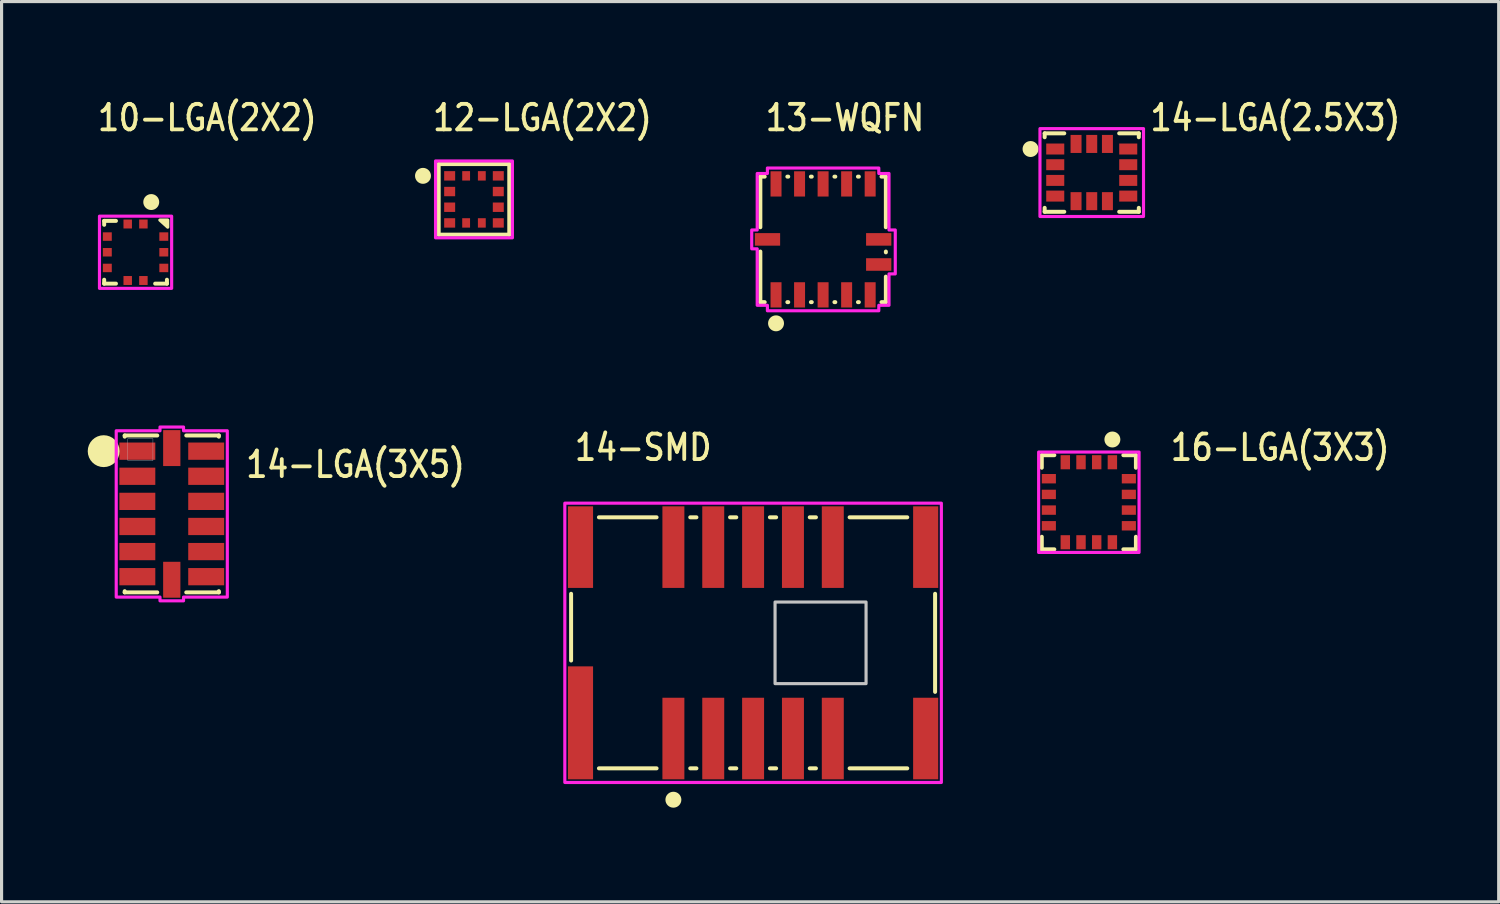
<source format=kicad_pcb>
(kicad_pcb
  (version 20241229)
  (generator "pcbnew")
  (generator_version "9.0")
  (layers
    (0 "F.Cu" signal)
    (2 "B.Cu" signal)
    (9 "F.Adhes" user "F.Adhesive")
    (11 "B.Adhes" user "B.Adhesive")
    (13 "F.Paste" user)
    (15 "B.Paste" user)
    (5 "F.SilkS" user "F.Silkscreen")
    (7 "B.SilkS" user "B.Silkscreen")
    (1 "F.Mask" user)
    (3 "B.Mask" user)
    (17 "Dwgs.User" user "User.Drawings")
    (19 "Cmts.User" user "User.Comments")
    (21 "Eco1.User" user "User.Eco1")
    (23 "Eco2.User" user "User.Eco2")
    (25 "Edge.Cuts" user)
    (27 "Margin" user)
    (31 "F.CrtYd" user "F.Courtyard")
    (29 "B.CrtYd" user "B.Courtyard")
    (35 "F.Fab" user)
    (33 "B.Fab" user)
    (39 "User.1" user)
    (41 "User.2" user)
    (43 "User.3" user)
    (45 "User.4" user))
  (footprint "16-LGA(3X3)"
    (layer "F.Cu")
    (at 31.65 12.956)
    (property "Reference" "16-LGA(3X3)" (at 2.54 -1.27 0) (unlocked yes) (layer "F.SilkS") (effects (font (size 0.813 0.695) (thickness 0.122)) (justify left bottom)))
    (fp_line (start -1.5 -1.5) (end -1.1 -1.5) (stroke (width 0.127) (type solid)) (layer "F.SilkS"))
    (fp_line (start -1.5 -1.1) (end -1.5 -1.5) (stroke (width 0.127) (type solid)) (layer "F.SilkS"))
    (fp_line (start -1.5 1.5) (end -1.5 1.1) (stroke (width 0.127) (type solid)) (layer "F.SilkS"))
    (fp_line (start -1.1 1.5) (end -1.5 1.5) (stroke (width 0.127) (type solid)) (layer "F.SilkS"))
    (fp_line (start 1.1 -1.5) (end 1.5 -1.5) (stroke (width 0.127) (type solid)) (layer "F.SilkS"))
    (fp_line (start 1.5 -1.5) (end 1.5 -1.1) (stroke (width 0.127) (type solid)) (layer "F.SilkS"))
    (fp_line (start 1.5 1.1) (end 1.5 1.5) (stroke (width 0.127) (type solid)) (layer "F.SilkS"))
    (fp_line (start 1.5 1.5) (end 1.1 1.5) (stroke (width 0.127) (type solid)) (layer "F.SilkS"))
    (fp_circle (center 0.75 -2) (end 1.004 -2) (stroke (width 0) (type solid)) (fill yes) (layer "F.SilkS"))
    (fp_poly (pts (xy -1.6 -1.6) (xy 1.6 -1.6) (xy 1.6 1.6) (xy -1.6 1.6)) (stroke (width 0.1) (type solid)) (fill no) (layer "F.CrtYd"))
    (pad "1" smd rect (at 0.75 -1.275) (size 0.3 0.45) (layers "F.Cu" "F.Mask" "F.Paste"))
    (pad "2" smd rect (at 0.25 -1.275) (size 0.3 0.45) (layers "F.Cu" "F.Mask" "F.Paste"))
    (pad "3" smd rect (at -0.25 -1.275) (size 0.3 0.45) (layers "F.Cu" "F.Mask" "F.Paste"))
    (pad "4" smd rect (at -0.75 -1.275) (size 0.3 0.45) (layers "F.Cu" "F.Mask" "F.Paste"))
    (pad "5" smd rect (at -1.275 -0.75) (size 0.45 0.3) (layers "F.Cu" "F.Mask" "F.Paste"))
    (pad "6" smd rect (at -1.275 -0.25) (size 0.45 0.3) (layers "F.Cu" "F.Mask" "F.Paste"))
    (pad "7" smd rect (at -1.275 0.25) (size 0.45 0.3) (layers "F.Cu" "F.Mask" "F.Paste"))
    (pad "8" smd rect (at -1.275 0.75) (size 0.45 0.3) (layers "F.Cu" "F.Mask" "F.Paste"))
    (pad "9" smd rect (at -0.75 1.275) (size 0.3 0.45) (layers "F.Cu" "F.Mask" "F.Paste"))
    (pad "10" smd rect (at 0.75 1.275) (size 0.3 0.45) (layers "F.Cu" "F.Mask" "F.Paste"))
    (pad "11" smd rect (at -0.25 1.275) (size 0.3 0.45) (layers "F.Cu" "F.Mask" "F.Paste"))
    (pad "12" smd rect (at 0.25 1.275) (size 0.3 0.45) (layers "F.Cu" "F.Mask" "F.Paste"))
    (pad "13" smd rect (at 1.275 0.75) (size 0.45 0.3) (layers "F.Cu" "F.Mask" "F.Paste"))
    (pad "14" smd rect (at 1.275 0.25) (size 0.45 0.3) (layers "F.Cu" "F.Mask" "F.Paste"))
    (pad "15" smd rect (at 1.275 -0.25) (size 0.45 0.3) (layers "F.Cu" "F.Mask" "F.Paste"))
    (pad "16" smd rect (at 1.275 -0.75) (size 0.45 0.3) (layers "F.Cu" "F.Mask" "F.Paste")))
  (footprint "10-LGA(2X2)"
    (layer "F.Cu")
    (at 1.27 4.989)
    (property "Reference" "10-LGA(2X2)" (at -1.27 -3.81 0) (unlocked yes) (layer "F.SilkS") (effects (font (size 0.813 0.695) (thickness 0.122)) (justify left bottom)))
    (fp_line (start -1 -1) (end -1 -0.875) (stroke (width 0.127) (type solid)) (layer "F.SilkS"))
    (fp_line (start -1 0.875) (end -1 1) (stroke (width 0.127) (type solid)) (layer "F.SilkS"))
    (fp_line (start -1 1) (end -0.625 1) (stroke (width 0.127) (type solid)) (layer "F.SilkS"))
    (fp_line (start -0.625 -1) (end -1 -1) (stroke (width 0.127) (type solid)) (layer "F.SilkS"))
    (fp_line (start 0.625 1) (end 1 1) (stroke (width 0.127) (type solid)) (layer "F.SilkS"))
    (fp_line (start 1 1) (end 1 0.875) (stroke (width 0.127) (type solid)) (layer "F.SilkS"))
    (fp_circle (center 0.5 -1.6) (end 0.754 -1.6) (stroke (width 0) (type solid)) (fill yes) (layer "F.SilkS"))
    (fp_poly (pts (xy 0.775 -1.025) (xy 1.025 -1.025) (xy 1.025 -0.8)) (stroke (width 0.102) (type solid)) (fill yes) (layer "F.SilkS"))
    (fp_poly (pts (xy -1.15 -1.15) (xy 1.15 -1.15) (xy 1.15 1.15) (xy -1.15 1.15)) (stroke (width 0.1) (type solid)) (fill no) (layer "F.CrtYd"))
    (pad "1" smd rect (at 0.25 -0.9) (size 0.27 0.285) (layers "F.Cu" "F.Mask" "F.Paste"))
    (pad "2" smd rect (at -0.25 -0.9) (size 0.27 0.285) (layers "F.Cu" "F.Mask" "F.Paste"))
    (pad "3" smd rect (at -0.9 -0.5) (size 0.285 0.27) (layers "F.Cu" "F.Mask" "F.Paste"))
    (pad "4" smd rect (at -0.9 0) (size 0.285 0.27) (layers "F.Cu" "F.Mask" "F.Paste"))
    (pad "5" smd rect (at -0.9 0.5) (size 0.285 0.27) (layers "F.Cu" "F.Mask" "F.Paste"))
    (pad "6" smd rect (at -0.25 0.9) (size 0.27 0.285) (layers "F.Cu" "F.Mask" "F.Paste"))
    (pad "7" smd rect (at 0.25 0.9) (size 0.27 0.285) (layers "F.Cu" "F.Mask" "F.Paste"))
    (pad "8" smd rect (at 0.9 0.5) (size 0.285 0.27) (layers "F.Cu" "F.Mask" "F.Paste"))
    (pad "9" smd rect (at 0.9 0) (size 0.285 0.27) (layers "F.Cu" "F.Mask" "F.Paste"))
    (pad "10" smd rect (at 0.9 -0.5) (size 0.285 0.27) (layers "F.Cu" "F.Mask" "F.Paste")))
  (footprint "14-SMD"
    (layer "F.Cu")
    (at 20.95 17.436)
    (property "Reference" "14-SMD" (at -5.75 -5.75 0) (unlocked yes) (layer "F.SilkS") (effects (font (size 0.813 0.695) (thickness 0.122)) (justify left bottom)))
    (fp_line (start -5.8 -1.563) (end -5.8 0.564) (stroke (width 0.127) (type solid)) (layer "F.SilkS"))
    (fp_line (start -4.913 4) (end -3.076 4) (stroke (width 0.127) (type solid)) (layer "F.SilkS"))
    (fp_line (start -3.076 -4) (end -4.913 -4) (stroke (width 0.127) (type solid)) (layer "F.SilkS"))
    (fp_line (start -2.003 4) (end -1.806 4) (stroke (width 0.127) (type solid)) (layer "F.SilkS"))
    (fp_line (start -1.806 -4) (end -2.003 -4) (stroke (width 0.127) (type solid)) (layer "F.SilkS"))
    (fp_line (start -0.734 4) (end -0.536 4) (stroke (width 0.127) (type solid)) (layer "F.SilkS"))
    (fp_line (start -0.536 -4) (end -0.734 -4) (stroke (width 0.127) (type solid)) (layer "F.SilkS"))
    (fp_line (start 0.536 4) (end 0.734 4) (stroke (width 0.127) (type solid)) (layer "F.SilkS"))
    (fp_line (start 0.734 -4) (end 0.536 -4) (stroke (width 0.127) (type solid)) (layer "F.SilkS"))
    (fp_line (start 1.806 4) (end 2.003 4) (stroke (width 0.127) (type solid)) (layer "F.SilkS"))
    (fp_line (start 2.003 -4) (end 1.806 -4) (stroke (width 0.127) (type solid)) (layer "F.SilkS"))
    (fp_line (start 3.076 4) (end 4.913 4) (stroke (width 0.127) (type solid)) (layer "F.SilkS"))
    (fp_line (start 4.913 -4) (end 3.076 -4) (stroke (width 0.127) (type solid)) (layer "F.SilkS"))
    (fp_line (start 5.8 1.563) (end 5.8 -1.563) (stroke (width 0.127) (type solid)) (layer "F.SilkS"))
    (fp_circle (center -2.54 5) (end -2.286 5) (stroke (width 0) (type solid)) (fill yes) (layer "F.SilkS"))
    (fp_rect (start 0.7 1.3) (end 3.6 -1.3) (stroke (width 0.1) (type solid)) (fill no) (layer "Dwgs.User"))
    (fp_poly (pts (xy -6 -4.45) (xy 6 -4.45) (xy 6 4.45) (xy -6 4.45)) (stroke (width 0.1) (type solid)) (fill no) (layer "F.CrtYd"))
    (pad "1" smd rect (at -2.54 3.05) (size 0.7 2.6) (layers "F.Cu" "F.Mask" "F.Paste"))
    (pad "2" smd rect (at -1.27 3.05) (size 0.7 2.6) (layers "F.Cu" "F.Mask" "F.Paste"))
    (pad "3" smd rect (at 0 3.05) (size 0.7 2.6) (layers "F.Cu" "F.Mask" "F.Paste"))
    (pad "4" smd rect (at 1.27 3.05) (size 0.7 2.6) (layers "F.Cu" "F.Mask" "F.Paste"))
    (pad "5" smd rect (at 2.54 3.05) (size 0.7 2.6) (layers "F.Cu" "F.Mask" "F.Paste"))
    (pad "6" smd rect (at 2.54 -3.05) (size 0.7 2.6) (layers "F.Cu" "F.Mask" "F.Paste"))
    (pad "7" smd rect (at 1.27 -3.05) (size 0.7 2.6) (layers "F.Cu" "F.Mask" "F.Paste"))
    (pad "8" smd rect (at 0 -3.05) (size 0.7 2.6) (layers "F.Cu" "F.Mask" "F.Paste"))
    (pad "9" smd rect (at -1.27 -3.05) (size 0.7 2.6) (layers "F.Cu" "F.Mask" "F.Paste"))
    (pad "10" smd rect (at -2.54 -3.05) (size 0.7 2.6) (layers "F.Cu" "F.Mask" "F.Paste"))
    (pad "S_1" smd rect (at -5.5 2.55) (size 0.8 3.6) (layers "F.Cu" "F.Mask" "F.Paste"))
    (pad "S_2" smd rect (at 5.5 3.05) (size 0.8 2.6) (layers "F.Cu" "F.Mask" "F.Paste"))
    (pad "S_3" smd rect (at 5.5 -3.05) (size 0.8 2.6) (layers "F.Cu" "F.Mask" "F.Paste"))
    (pad "S_4" smd rect (at -5.5 -3.05) (size 0.8 2.6) (layers "F.Cu" "F.Mask" "F.Paste")))
  (footprint "12-LGA(2X2)"
    (layer "F.Cu")
    (at 12.055 3.304)
    (property "Reference" "12-LGA(2X2)" (at -1.375 -2.125 0) (unlocked yes) (layer "F.SilkS") (effects (font (size 0.813 0.695) (thickness 0.122)) (justify left bottom)))
    (fp_line (start -1.125 -1.125) (end 1.125 -1.125) (stroke (width 0.127) (type solid)) (layer "F.SilkS"))
    (fp_line (start -1.125 1.125) (end -1.125 -1.125) (stroke (width 0.127) (type solid)) (layer "F.SilkS"))
    (fp_line (start 1.125 -1.125) (end 1.125 1.125) (stroke (width 0.127) (type solid)) (layer "F.SilkS"))
    (fp_line (start 1.125 1.125) (end -1.125 1.125) (stroke (width 0.127) (type solid)) (layer "F.SilkS"))
    (fp_circle (center -1.625 -0.75) (end -1.371 -0.75) (stroke (width 0) (type solid)) (fill yes) (layer "F.SilkS"))
    (fp_poly (pts (xy -1.225 -1.225) (xy 1.225 -1.225) (xy 1.225 1.225) (xy -1.225 1.225)) (stroke (width 0.1) (type solid)) (fill no) (layer "F.CrtYd"))
    (pad "1" smd rect (at -0.775 -0.75) (size 0.35 0.3) (layers "F.Cu" "F.Mask" "F.Paste"))
    (pad "2" smd rect (at -0.775 -0.25) (size 0.35 0.3) (layers "F.Cu" "F.Mask" "F.Paste"))
    (pad "3" smd rect (at -0.775 0.25) (size 0.35 0.3) (layers "F.Cu" "F.Mask" "F.Paste"))
    (pad "4" smd rect (at -0.775 0.75) (size 0.35 0.3) (layers "F.Cu" "F.Mask" "F.Paste"))
    (pad "5" smd rect (at -0.25 0.75) (size 0.25 0.3) (layers "F.Cu" "F.Mask" "F.Paste"))
    (pad "6" smd rect (at 0.25 0.75) (size 0.25 0.3) (layers "F.Cu" "F.Mask" "F.Paste"))
    (pad "7" smd rect (at 0.775 0.75) (size 0.35 0.3) (layers "F.Cu" "F.Mask" "F.Paste"))
    (pad "8" smd rect (at 0.775 0.25) (size 0.35 0.3) (layers "F.Cu" "F.Mask" "F.Paste"))
    (pad "9" smd rect (at 0.775 -0.25) (size 0.35 0.3) (layers "F.Cu" "F.Mask" "F.Paste"))
    (pad "10" smd rect (at 0.775 -0.75) (size 0.35 0.3) (layers "F.Cu" "F.Mask" "F.Paste"))
    (pad "11" smd rect (at 0.25 -0.75) (size 0.25 0.3) (layers "F.Cu" "F.Mask" "F.Paste"))
    (pad "12" smd rect (at -0.25 -0.75) (size 0.25 0.3) (layers "F.Cu" "F.Mask" "F.Paste")))
  (footprint "14-LGA(3X5)"
    (layer "F.Cu")
    (at 2.424 13.328)
    (property "Reference" "14-LGA(3X5)" (at 2.3 -1.1 0) (unlocked yes) (layer "F.SilkS") (effects (font (size 0.813 0.695) (thickness 0.122)) (justify left bottom)))
    (fp_line (start -1.5 -2.5) (end -1.5 -2.462) (stroke (width 0.127) (type solid)) (layer "F.SilkS"))
    (fp_line (start -1.5 2.5) (end -1.5 2.462) (stroke (width 0.127) (type solid)) (layer "F.SilkS"))
    (fp_line (start -0.462 -2.5) (end -1.5 -2.5) (stroke (width 0.127) (type solid)) (layer "F.SilkS"))
    (fp_line (start -0.462 2.5) (end -1.5 2.5) (stroke (width 0.127) (type solid)) (layer "F.SilkS"))
    (fp_line (start 0.462 -2.5) (end 1.5 -2.5) (stroke (width 0.127) (type solid)) (layer "F.SilkS"))
    (fp_line (start 0.462 2.5) (end 1.5 2.5) (stroke (width 0.127) (type solid)) (layer "F.SilkS"))
    (fp_line (start 1.5 -2.5) (end 1.5 -2.462) (stroke (width 0.127) (type solid)) (layer "F.SilkS"))
    (fp_line (start 1.5 2.5) (end 1.5 2.462) (stroke (width 0.127) (type solid)) (layer "F.SilkS"))
    (fp_circle (center -2.17 -2) (end -2.17 -2) (stroke (width 0.508) (type solid)) (fill no) (layer "F.SilkS"))
    (fp_rect (start -1.4 -1.7) (end -0.6 -2.4) (stroke (width 0.01) (type solid)) (fill no) (layer "Dwgs.User"))
    (fp_poly (pts (xy -1.77 -2.65) (xy -0.375 -2.65) (xy -0.375 -2.77) (xy 0.375 -2.77) (xy 0.375 -2.65) (xy 1.77 -2.65) (xy 1.77 2.65) (xy 0.375 2.65) (xy 0.375 2.77) (xy -0.375 2.77) (xy -0.375 2.65) (xy -1.77 2.65)) (stroke (width 0.1) (type solid)) (fill no) (layer "F.CrtYd"))
    (pad "1" smd rect (at -1.097 -2) (size 1.145 0.55) (layers "F.Cu" "F.Mask" "F.Paste"))
    (pad "2" smd rect (at -1.097 -1.2) (size 1.145 0.55) (layers "F.Cu" "F.Mask" "F.Paste"))
    (pad "3" smd rect (at -1.097 -0.4) (size 1.145 0.55) (layers "F.Cu" "F.Mask" "F.Paste"))
    (pad "4" smd rect (at -1.097 0.4) (size 1.145 0.55) (layers "F.Cu" "F.Mask" "F.Paste"))
    (pad "5" smd rect (at -1.097 1.2) (size 1.145 0.55) (layers "F.Cu" "F.Mask" "F.Paste"))
    (pad "6" smd rect (at -1.097 2) (size 1.145 0.55) (layers "F.Cu" "F.Mask" "F.Paste"))
    (pad "7" smd rect (at 0 2.098) (size 0.55 1.145) (layers "F.Cu" "F.Mask" "F.Paste"))
    (pad "8" smd rect (at 1.097 2) (size 1.145 0.55) (layers "F.Cu" "F.Mask" "F.Paste"))
    (pad "9" smd rect (at 1.097 1.2) (size 1.145 0.55) (layers "F.Cu" "F.Mask" "F.Paste"))
    (pad "10" smd rect (at 1.097 0.4) (size 1.145 0.55) (layers "F.Cu" "F.Mask" "F.Paste"))
    (pad "11" smd rect (at 1.097 -0.4) (size 1.145 0.55) (layers "F.Cu" "F.Mask" "F.Paste"))
    (pad "12" smd rect (at 1.097 -1.2) (size 1.145 0.55) (layers "F.Cu" "F.Mask" "F.Paste"))
    (pad "13" smd rect (at 1.097 -2) (size 1.145 0.55) (layers "F.Cu" "F.Mask" "F.Paste"))
    (pad "14" smd rect (at 0 -2.098) (size 0.55 1.145) (layers "F.Cu" "F.Mask" "F.Paste")))
  (footprint "13-WQFN"
    (layer "F.Cu")
    (at 23.181 4.579)
    (property "Reference" "13-WQFN" (at -1.9 -3.4 0) (unlocked yes) (layer "F.SilkS") (effects (font (size 0.813 0.695) (thickness 0.122)) (justify left bottom)))
    (fp_line (start -2 -2) (end -1.861 -2) (stroke (width 0.127) (type solid)) (layer "F.SilkS"))
    (fp_line (start -2 -0.387) (end -2 -2) (stroke (width 0.127) (type solid)) (layer "F.SilkS"))
    (fp_line (start -2 2) (end -2 0.387) (stroke (width 0.127) (type solid)) (layer "F.SilkS"))
    (fp_line (start -1.861 2) (end -2 2) (stroke (width 0.127) (type solid)) (layer "F.SilkS"))
    (fp_line (start -1.139 -2) (end -1.111 -2) (stroke (width 0.127) (type solid)) (layer "F.SilkS"))
    (fp_line (start -1.111 2) (end -1.139 2) (stroke (width 0.127) (type solid)) (layer "F.SilkS"))
    (fp_line (start -0.389 -2) (end -0.361 -2) (stroke (width 0.127) (type solid)) (layer "F.SilkS"))
    (fp_line (start -0.361 2) (end -0.389 2) (stroke (width 0.127) (type solid)) (layer "F.SilkS"))
    (fp_line (start 0.361 -2) (end 0.389 -2) (stroke (width 0.127) (type solid)) (layer "F.SilkS"))
    (fp_line (start 0.389 2) (end 0.361 2) (stroke (width 0.127) (type solid)) (layer "F.SilkS"))
    (fp_line (start 1.111 -2) (end 1.139 -2) (stroke (width 0.127) (type solid)) (layer "F.SilkS"))
    (fp_line (start 1.139 2) (end 1.111 2) (stroke (width 0.127) (type solid)) (layer "F.SilkS"))
    (fp_line (start 1.861 -2) (end 2 -2) (stroke (width 0.127) (type solid)) (layer "F.SilkS"))
    (fp_line (start 2 -2) (end 2 -0.387) (stroke (width 0.127) (type solid)) (layer "F.SilkS"))
    (fp_line (start 2 0.387) (end 2 0.413) (stroke (width 0.127) (type solid)) (layer "F.SilkS"))
    (fp_line (start 2 1.187) (end 2 2) (stroke (width 0.127) (type solid)) (layer "F.SilkS"))
    (fp_line (start 2 2) (end 1.861 2) (stroke (width 0.127) (type solid)) (layer "F.SilkS"))
    (fp_circle (center -1.5 2.675) (end -1.246 2.675) (stroke (width 0) (type solid)) (fill yes) (layer "F.SilkS"))
    (fp_poly (pts (xy -2.275 -0.3) (xy -2.1 -0.3) (xy -2.1 -2.1) (xy -1.775 -2.1) (xy -1.775 -2.275) (xy 1.775 -2.275) (xy 1.775 -2.1) (xy 2.1 -2.1) (xy 2.1 -0.3) (xy 2.3 -0.3) (xy 2.3 1.1) (xy 2.1 1.1) (xy 2.1 2.1) (xy 1.775 2.1) (xy 1.775 2.275) (xy -1.775 2.275) (xy -1.775 2.1) (xy -2.1 2.1) (xy -2.1 0.3) (xy -2.275 0.3)) (stroke (width 0.1) (type solid)) (fill no) (layer "F.CrtYd"))
    (pad "1" smd rect (at -1.5 1.768) (size 0.35 0.805) (layers "F.Cu" "F.Mask" "F.Paste"))
    (pad "2" smd rect (at -0.75 1.768) (size 0.35 0.805) (layers "F.Cu" "F.Mask" "F.Paste"))
    (pad "3" smd rect (at 0 1.768) (size 0.35 0.805) (layers "F.Cu" "F.Mask" "F.Paste"))
    (pad "4" smd rect (at 0.75 1.768) (size 0.35 0.805) (layers "F.Cu" "F.Mask" "F.Paste"))
    (pad "5" smd rect (at 1.5 1.768) (size 0.35 0.805) (layers "F.Cu" "F.Mask" "F.Paste"))
    (pad "6" smd rect (at 1.772 0.8 90) (size 0.4 0.805) (layers "F.Cu" "F.Mask" "F.Paste"))
    (pad "7" smd rect (at 1.5 -1.768) (size 0.35 0.805) (layers "F.Cu" "F.Mask" "F.Paste"))
    (pad "8" smd rect (at 0.75 -1.768) (size 0.35 0.805) (layers "F.Cu" "F.Mask" "F.Paste"))
    (pad "9" smd rect (at 0 -1.768) (size 0.35 0.805) (layers "F.Cu" "F.Mask" "F.Paste"))
    (pad "10" smd rect (at -0.75 -1.768) (size 0.35 0.805) (layers "F.Cu" "F.Mask" "F.Paste"))
    (pad "11" smd rect (at -1.5 -1.768) (size 0.35 0.805) (layers "F.Cu" "F.Mask" "F.Paste"))
    (pad "12" smd rect (at -1.772 0 90) (size 0.4 0.805) (layers "F.Cu" "F.Mask" "F.Paste"))
    (pad "13" smd rect (at 1.772 0 90) (size 0.4 0.805) (layers "F.Cu" "F.Mask" "F.Paste")))
  (footprint "14-LGA(2.5X3)"
    (layer "F.Cu")
    (at 31.742 2.449)
    (property "Reference" "14-LGA(2.5X3)" (at 1.8 -1.27 0) (unlocked yes) (layer "F.SilkS") (effects (font (size 0.813 0.695) (thickness 0.122)) (justify left bottom)))
    (fp_line (start -1.5 -1.25) (end -1.5 -1.125) (stroke (width 0.127) (type solid)) (layer "F.SilkS"))
    (fp_line (start -1.5 -1.25) (end -0.875 -1.25) (stroke (width 0.127) (type solid)) (layer "F.SilkS"))
    (fp_line (start -1.5 1.25) (end -1.5 1.125) (stroke (width 0.127) (type solid)) (layer "F.SilkS"))
    (fp_line (start -0.875 1.25) (end -1.5 1.25) (stroke (width 0.127) (type solid)) (layer "F.SilkS"))
    (fp_line (start 0.875 -1.25) (end 1.5 -1.25) (stroke (width 0.127) (type solid)) (layer "F.SilkS"))
    (fp_line (start 1.5 -1.25) (end 1.5 -1.125) (stroke (width 0.127) (type solid)) (layer "F.SilkS"))
    (fp_line (start 1.5 1.125) (end 1.5 1.25) (stroke (width 0.127) (type solid)) (layer "F.SilkS"))
    (fp_line (start 1.5 1.25) (end 0.875 1.25) (stroke (width 0.127) (type solid)) (layer "F.SilkS"))
    (fp_circle (center -1.95 -0.75) (end -1.696 -0.75) (stroke (width 0) (type solid)) (fill yes) (layer "F.SilkS"))
    (fp_poly (pts (xy 1.65 -1.4) (xy -1.65 -1.4) (xy -1.65 1.4) (xy 1.65 1.4)) (stroke (width 0.1) (type solid)) (fill no) (layer "F.CrtYd"))
    (pad "1" smd rect (at -1.163 -0.75) (size 0.575 0.35) (layers "F.Cu" "F.Mask" "F.Paste"))
    (pad "2" smd rect (at -1.163 -0.25) (size 0.575 0.35) (layers "F.Cu" "F.Mask" "F.Paste"))
    (pad "3" smd rect (at -1.163 0.25) (size 0.575 0.35) (layers "F.Cu" "F.Mask" "F.Paste"))
    (pad "4" smd rect (at -1.163 0.75) (size 0.575 0.35) (layers "F.Cu" "F.Mask" "F.Paste"))
    (pad "5" smd rect (at -0.5 0.912) (size 0.35 0.575) (layers "F.Cu" "F.Mask" "F.Paste"))
    (pad "6" smd rect (at 0 0.912) (size 0.35 0.575) (layers "F.Cu" "F.Mask" "F.Paste"))
    (pad "7" smd rect (at 0.5 0.912) (size 0.35 0.575) (layers "F.Cu" "F.Mask" "F.Paste"))
    (pad "8" smd rect (at 1.163 0.75) (size 0.575 0.35) (layers "F.Cu" "F.Mask" "F.Paste"))
    (pad "9" smd rect (at 1.163 0.25) (size 0.575 0.35) (layers "F.Cu" "F.Mask" "F.Paste"))
    (pad "10" smd rect (at 1.163 -0.25) (size 0.575 0.35) (layers "F.Cu" "F.Mask" "F.Paste"))
    (pad "11" smd rect (at 1.163 -0.75) (size 0.575 0.35) (layers "F.Cu" "F.Mask" "F.Paste"))
    (pad "12" smd rect (at 0.5 -0.912) (size 0.35 0.575) (layers "F.Cu" "F.Mask" "F.Paste"))
    (pad "13" smd rect (at 0 -0.912) (size 0.35 0.575) (layers "F.Cu" "F.Mask" "F.Paste"))
    (pad "14" smd rect (at -0.5 -0.912) (size 0.35 0.575) (layers "F.Cu" "F.Mask" "F.Paste")))
  (gr_rect
    (start -3 -3)
    (end 44.711 25.69)
    (stroke (width 0.1) (type default))
    (fill no)
    (layer "Edge.Cuts")))
</source>
